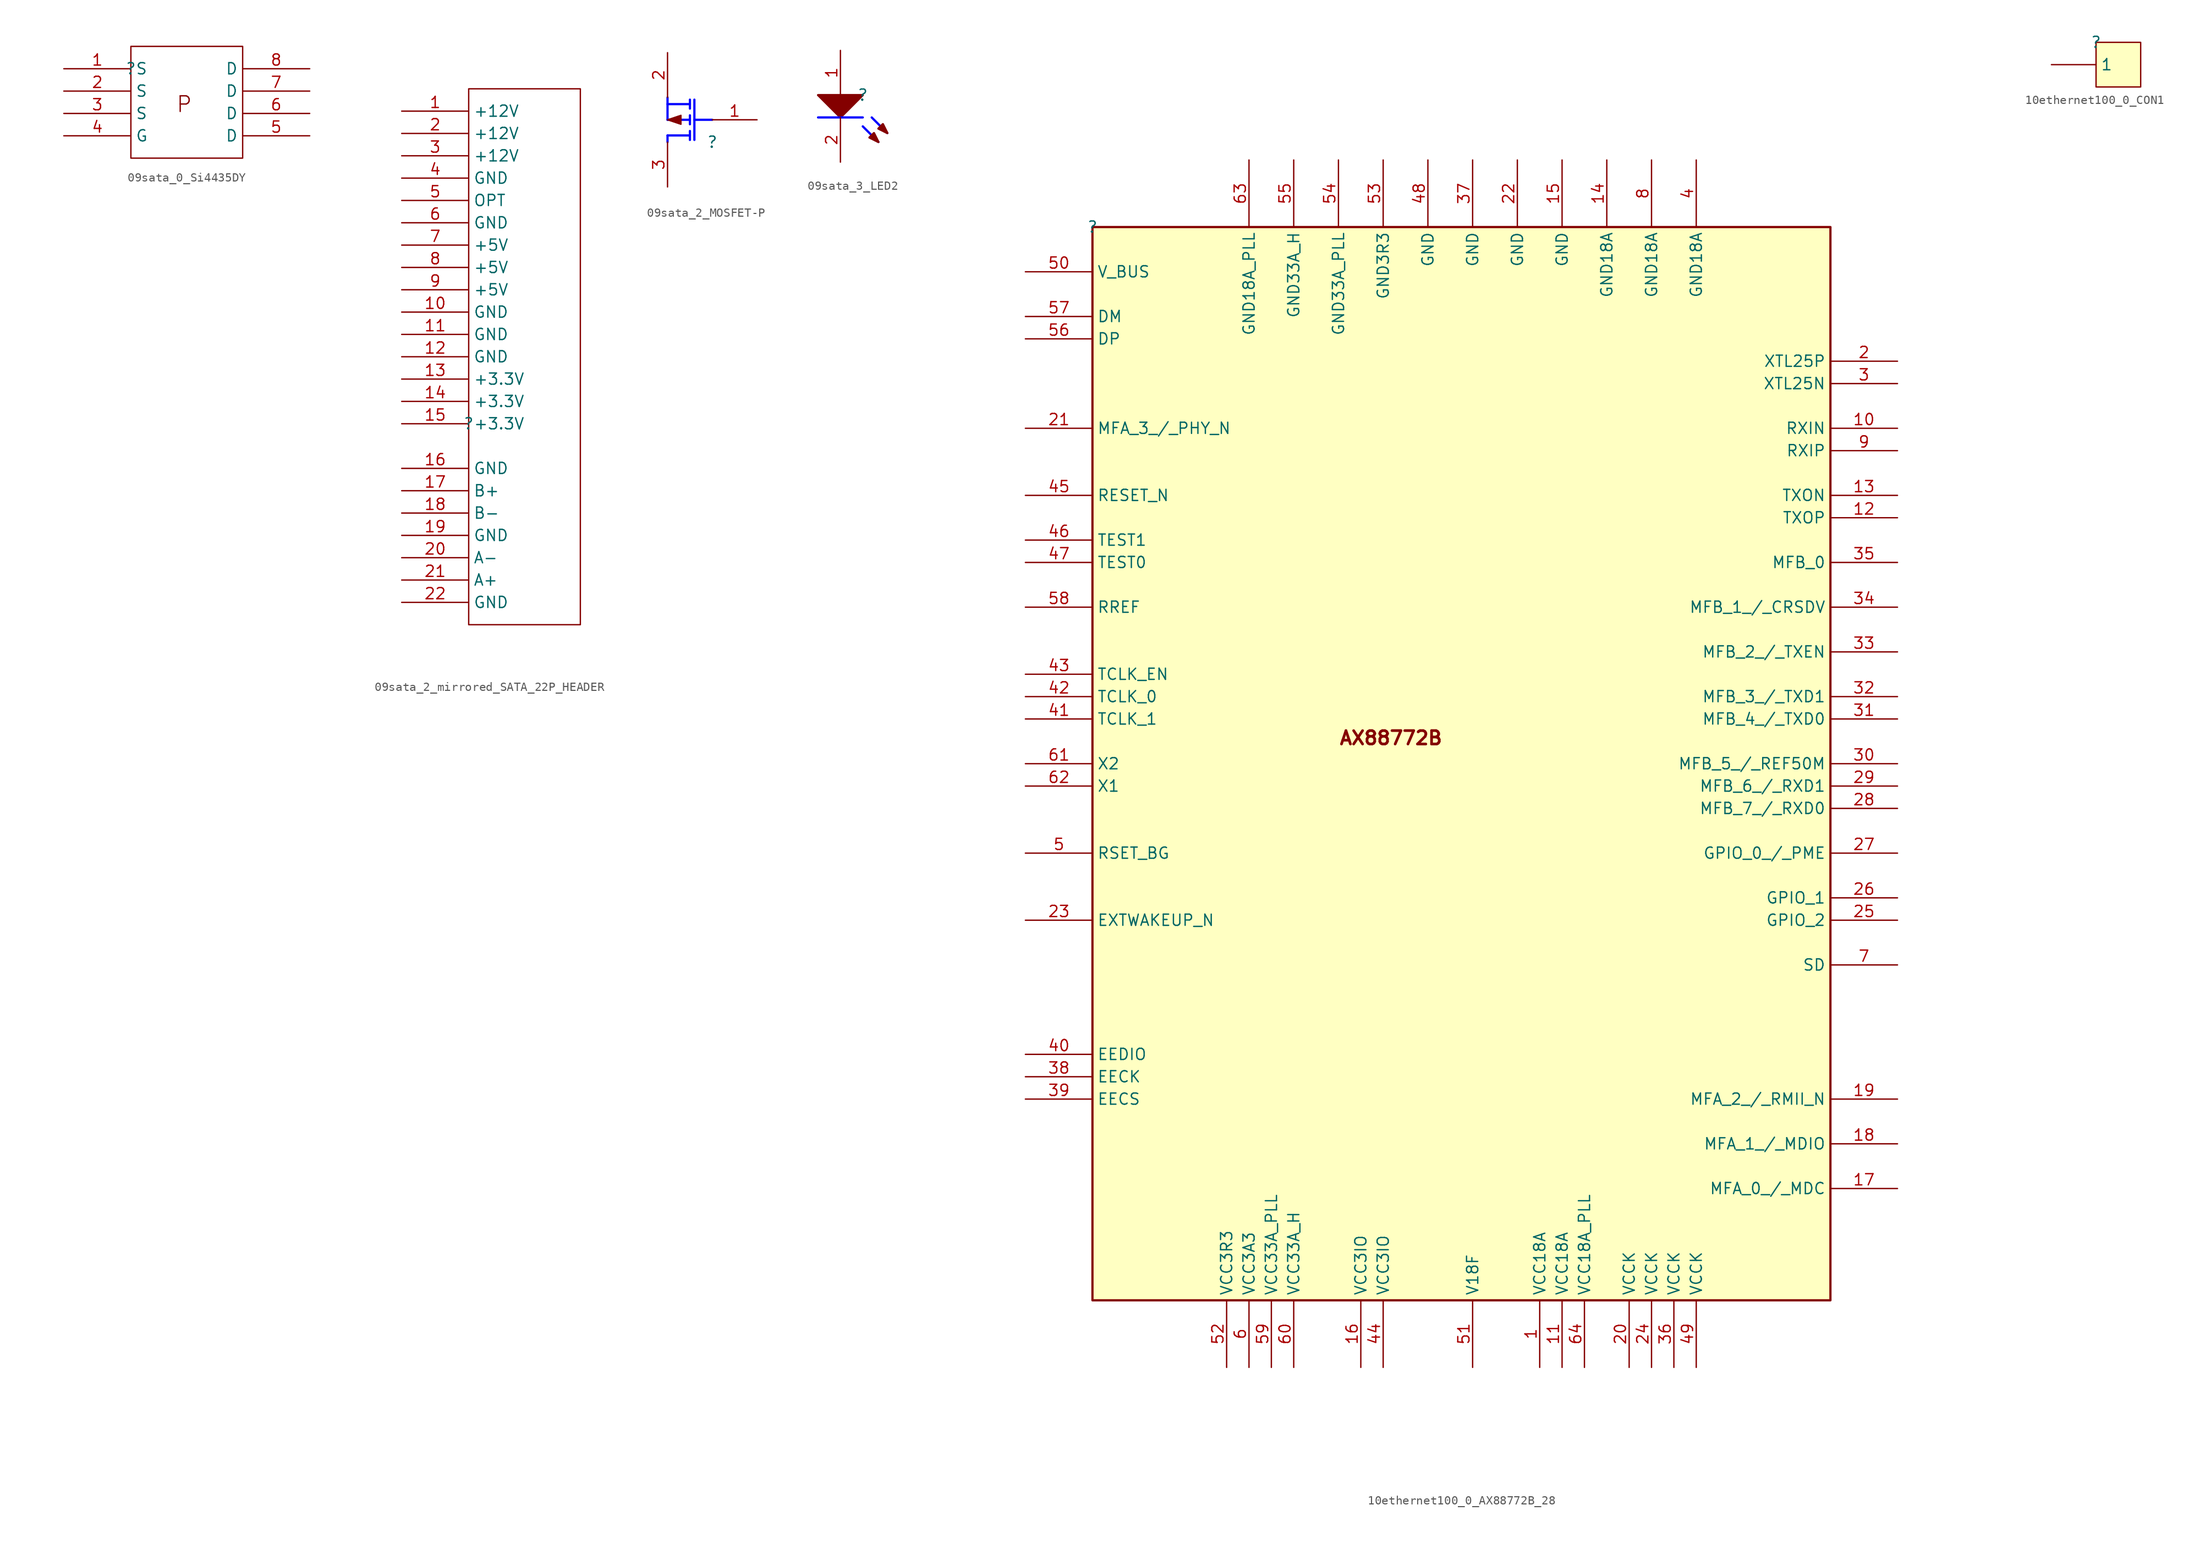
<source format=kicad_sym>
(kicad_symbol_lib
  (version 20220914)
  (generator kicad_symbol_editor)
  (symbol "09sata_0_Si4435DY"
    (property "Reference" ""
      (at 0 0 0)
      (effects (font (size 1.27 1.27))))
    (property "Value" ""
      (at 0 0 0)
      (effects (font (size 1.27 1.27))))
    (symbol "09sata_0_Si4435DY_1_0"
      (rectangle (start 12.7 2.54) (end 0 -10.16) (stroke (width 0) (type solid)) (fill (type none)))
      (text "P" (at 5.08 -5.08 0) (effects (font (size 1.778 1.778)) (justify left bottom)))
      (pin passive line (at -7.62 0 0) (length 7.62) (name "S" (effects (font (size 1.27 1.27)))) (number "1" (effects (font (size 1.27 1.27)))))
      (pin passive line (at -7.62 -2.54 0) (length 7.62) (name "S" (effects (font (size 1.27 1.27)))) (number "2" (effects (font (size 1.27 1.27)))))
      (pin passive line (at -7.62 -5.08 0) (length 7.62) (name "S" (effects (font (size 1.27 1.27)))) (number "3" (effects (font (size 1.27 1.27)))))
      (pin passive line (at -7.62 -7.62 0) (length 7.62) (name "G" (effects (font (size 1.27 1.27)))) (number "4" (effects (font (size 1.27 1.27)))))
      (pin passive line (at 20.32 -7.62 180) (length 7.62) (name "D" (effects (font (size 1.27 1.27)))) (number "5" (effects (font (size 1.27 1.27)))))
      (pin passive line (at 20.32 -5.08 180) (length 7.62) (name "D" (effects (font (size 1.27 1.27)))) (number "6" (effects (font (size 1.27 1.27)))))
      (pin passive line (at 20.32 -2.54 180) (length 7.62) (name "D" (effects (font (size 1.27 1.27)))) (number "7" (effects (font (size 1.27 1.27)))))
      (pin passive line (at 20.32 0 180) (length 7.62) (name "D" (effects (font (size 1.27 1.27)))) (number "8" (effects (font (size 1.27 1.27)))))))
  (symbol "09sata_2_mirrored_SATA_22P_HEADER"
    (property "Reference" ""
      (at 0 0 0)
      (effects (font (size 1.27 1.27))))
    (property "Value" ""
      (at 0 0 0)
      (effects (font (size 1.27 1.27))))
    (symbol "09sata_2_mirrored_SATA_22P_HEADER_1_0"
      (rectangle (start 12.7 38.1) (end 0 -22.86) (stroke (width 0) (type solid)) (fill (type none)))
      (pin power_in line (at -7.62 35.56 0) (length 7.62) (name "+12V" (effects (font (size 1.27 1.27)))) (number "1" (effects (font (size 1.27 1.27)))))
      (pin power_in line (at -7.62 12.7 0) (length 7.62) (name "GND" (effects (font (size 1.27 1.27)))) (number "10" (effects (font (size 1.27 1.27)))))
      (pin power_in line (at -7.62 10.16 0) (length 7.62) (name "GND" (effects (font (size 1.27 1.27)))) (number "11" (effects (font (size 1.27 1.27)))))
      (pin power_in line (at -7.62 7.62 0) (length 7.62) (name "GND" (effects (font (size 1.27 1.27)))) (number "12" (effects (font (size 1.27 1.27)))))
      (pin power_in line (at -7.62 5.08 0) (length 7.62) (name "+3.3V" (effects (font (size 1.27 1.27)))) (number "13" (effects (font (size 1.27 1.27)))))
      (pin power_in line (at -7.62 2.54 0) (length 7.62) (name "+3.3V" (effects (font (size 1.27 1.27)))) (number "14" (effects (font (size 1.27 1.27)))))
      (pin power_in line (at -7.62 0 0) (length 7.62) (name "+3.3V" (effects (font (size 1.27 1.27)))) (number "15" (effects (font (size 1.27 1.27)))))
      (pin power_in line (at -7.62 -5.08 0) (length 7.62) (name "GND" (effects (font (size 1.27 1.27)))) (number "16" (effects (font (size 1.27 1.27)))))
      (pin passive line (at -7.62 -7.62 0) (length 7.62) (name "B+" (effects (font (size 1.27 1.27)))) (number "17" (effects (font (size 1.27 1.27)))))
      (pin passive line (at -7.62 -10.16 0) (length 7.62) (name "B-" (effects (font (size 1.27 1.27)))) (number "18" (effects (font (size 1.27 1.27)))))
      (pin power_in line (at -7.62 -12.7 0) (length 7.62) (name "GND" (effects (font (size 1.27 1.27)))) (number "19" (effects (font (size 1.27 1.27)))))
      (pin power_in line (at -7.62 33.02 0) (length 7.62) (name "+12V" (effects (font (size 1.27 1.27)))) (number "2" (effects (font (size 1.27 1.27)))))
      (pin passive line (at -7.62 -15.24 0) (length 7.62) (name "A-" (effects (font (size 1.27 1.27)))) (number "20" (effects (font (size 1.27 1.27)))))
      (pin passive line (at -7.62 -17.78 0) (length 7.62) (name "A+" (effects (font (size 1.27 1.27)))) (number "21" (effects (font (size 1.27 1.27)))))
      (pin power_in line (at -7.62 -20.32 0) (length 7.62) (name "GND" (effects (font (size 1.27 1.27)))) (number "22" (effects (font (size 1.27 1.27)))))
      (pin power_in line (at -7.62 30.48 0) (length 7.62) (name "+12V" (effects (font (size 1.27 1.27)))) (number "3" (effects (font (size 1.27 1.27)))))
      (pin power_in line (at -7.62 27.94 0) (length 7.62) (name "GND" (effects (font (size 1.27 1.27)))) (number "4" (effects (font (size 1.27 1.27)))))
      (pin passive line (at -7.62 25.4 0) (length 7.62) (name "OPT" (effects (font (size 1.27 1.27)))) (number "5" (effects (font (size 1.27 1.27)))))
      (pin power_in line (at -7.62 22.86 0) (length 7.62) (name "GND" (effects (font (size 1.27 1.27)))) (number "6" (effects (font (size 1.27 1.27)))))
      (pin power_in line (at -7.62 20.32 0) (length 7.62) (name "+5V" (effects (font (size 1.27 1.27)))) (number "7" (effects (font (size 1.27 1.27)))))
      (pin power_in line (at -7.62 17.78 0) (length 7.62) (name "+5V" (effects (font (size 1.27 1.27)))) (number "8" (effects (font (size 1.27 1.27)))))
      (pin power_in line (at -7.62 15.24 0) (length 7.62) (name "+5V" (effects (font (size 1.27 1.27)))) (number "9" (effects (font (size 1.27 1.27)))))))
  (symbol "09sata_2_MOSFET-P"
    (property "Reference" ""
      (at 0 0 0)
      (effects (font (size 1.27 1.27))))
    (property "Value" ""
      (at 0 0 0)
      (effects (font (size 1.27 1.27))))
    (symbol "09sata_2_MOSFET-P_1_0"
      (polyline (pts (xy -5.08 0.762) (xy -5.08 0)) (stroke (width 0.254) (type solid) (color 0 0 255 1)) (fill (type none)))
      (polyline (pts (xy -5.08 0.762) (xy -2.54 0.762)) (stroke (width 0.254) (type solid) (color 0 0 255 1)) (fill (type none)))
      (polyline (pts (xy -5.08 2.54) (xy -5.08 5.08)) (stroke (width 0.254) (type solid) (color 0 0 255 1)) (fill (type none)))
      (polyline (pts (xy -5.08 2.54) (xy -2.54 2.54)) (stroke (width 0.254) (type solid) (color 0 0 255 1)) (fill (type none)))
      (polyline (pts (xy -5.08 4.318) (xy -2.54 4.318)) (stroke (width 0.254) (type solid) (color 0 0 255 1)) (fill (type none)))
      (polyline (pts (xy -2.54 1.27) (xy -2.54 0.254)) (stroke (width 0.254) (type solid) (color 0 0 255 1)) (fill (type none)))
      (polyline (pts (xy -2.54 3.048) (xy -2.54 2.032)) (stroke (width 0.254) (type solid) (color 0 0 255 1)) (fill (type none)))
      (polyline (pts (xy -2.54 4.826) (xy -2.54 3.81)) (stroke (width 0.254) (type solid) (color 0 0 255 1)) (fill (type none)))
      (polyline (pts (xy -2.032 0.254) (xy -2.032 4.826)) (stroke (width 0.254) (type solid) (color 0 0 255 1)) (fill (type none)))
      (polyline (pts (xy 0 2.54) (xy -2.032 2.54)) (stroke (width 0.254) (type solid) (color 0 0 255 1)) (fill (type none)))
      (polyline (pts (xy -5.08 2.54) (xy -3.556 2.032) (xy -3.556 3.048) (xy -5.08 2.54)) (stroke (width 0) (type solid)) (fill (type outline)))
      (pin passive line (at 5.08 2.54 180) (length 5.08) (name "G" (effects (font (size 0 0)))) (number "1" (effects (font (size 1.27 1.27)))))
      (pin passive line (at -5.08 10.16 270) (length 5.08) (name "S" (effects (font (size 0 0)))) (number "2" (effects (font (size 1.27 1.27)))))
      (pin passive line (at -5.08 -5.08 90) (length 5.08) (name "D" (effects (font (size 0 0)))) (number "3" (effects (font (size 1.27 1.27)))))))
  (symbol "09sata_3_LED2"
    (property "Reference" ""
      (at 0 0 0)
      (effects (font (size 1.27 1.27))))
    (property "Value" ""
      (at 0 0 0)
      (effects (font (size 1.27 1.27))))
    (symbol "09sata_3_LED2_1_0"
      (polyline (pts (xy 0 -3.556) (xy 1.778 -5.334)) (stroke (width 0.254) (type solid) (color 0 0 255 1)) (fill (type none)))
      (polyline (pts (xy 0 -2.54) (xy -5.08 -2.54)) (stroke (width 0.254) (type solid) (color 0 0 255 1)) (fill (type none)))
      (polyline (pts (xy 1.016 -2.54) (xy 2.794 -4.318)) (stroke (width 0.254) (type solid) (color 0 0 255 1)) (fill (type none)))
      (polyline (pts (xy -5.08 0) (xy -2.54 -2.54) (xy 0 0) (xy -5.08 0)) (stroke (width 0.254) (type solid)) (fill (type outline)))
      (polyline (pts (xy 1.778 -5.334) (xy 1.27 -4.318) (xy 0.762 -4.826) (xy 1.778 -5.334)) (stroke (width 0.254) (type solid)) (fill (type outline)))
      (polyline (pts (xy 2.794 -4.318) (xy 2.286 -3.302) (xy 1.778 -3.81) (xy 2.794 -4.318)) (stroke (width 0.254) (type solid)) (fill (type outline)))
      (pin passive line (at -2.54 5.08 270) (length 5.08) (name "A" (effects (font (size 0 0)))) (number "1" (effects (font (size 1.27 1.27)))))
      (pin passive line (at -2.54 -7.62 90) (length 5.08) (name "K" (effects (font (size 0 0)))) (number "2" (effects (font (size 1.27 1.27)))))))
  (symbol "10ethernet100_0_AX88772B_28"
    (property "Reference" ""
      (at 0 0 0)
      (effects (font (size 1.27 1.27))))
    (property "Value" ""
      (at 0 0 0)
      (effects (font (size 1.27 1.27))))
    (symbol "10ethernet100_0_AX88772B_28_1_0"
      (rectangle (start 83.82 0) (end 0 -121.92) (stroke (width 0.254) (type solid)) (fill (type background)))
      (text "AX88772B" (at 27.94 -58.928 0) (effects (font (size 1.524 1.524) bold) (justify left bottom)))
      (pin passive line (at 50.8 -129.54 90) (length 7.62) (name "VCC18A" (effects (font (size 1.27 1.27)))) (number "1" (effects (font (size 1.27 1.27)))))
      (pin passive line (at 91.44 -22.86 180) (length 7.62) (name "RXIN" (effects (font (size 1.27 1.27)))) (number "10" (effects (font (size 1.27 1.27)))))
      (pin passive line (at 53.34 -129.54 90) (length 7.62) (name "VCC18A" (effects (font (size 1.27 1.27)))) (number "11" (effects (font (size 1.27 1.27)))))
      (pin passive line (at 91.44 -33.02 180) (length 7.62) (name "TXOP" (effects (font (size 1.27 1.27)))) (number "12" (effects (font (size 1.27 1.27)))))
      (pin passive line (at 91.44 -30.48 180) (length 7.62) (name "TXON" (effects (font (size 1.27 1.27)))) (number "13" (effects (font (size 1.27 1.27)))))
      (pin passive line (at 58.42 7.62 270) (length 7.62) (name "GND18A" (effects (font (size 1.27 1.27)))) (number "14" (effects (font (size 1.27 1.27)))))
      (pin passive line (at 53.34 7.62 270) (length 7.62) (name "GND" (effects (font (size 1.27 1.27)))) (number "15" (effects (font (size 1.27 1.27)))))
      (pin passive line (at 30.48 -129.54 90) (length 7.62) (name "VCC3IO" (effects (font (size 1.27 1.27)))) (number "16" (effects (font (size 1.27 1.27)))))
      (pin passive line (at 91.44 -109.22 180) (length 7.62) (name "MFA_0_/_MDC" (effects (font (size 1.27 1.27)))) (number "17" (effects (font (size 1.27 1.27)))))
      (pin passive line (at 91.44 -104.14 180) (length 7.62) (name "MFA_1_/_MDIO" (effects (font (size 1.27 1.27)))) (number "18" (effects (font (size 1.27 1.27)))))
      (pin passive line (at 91.44 -99.06 180) (length 7.62) (name "MFA_2_/_RMII_N" (effects (font (size 1.27 1.27)))) (number "19" (effects (font (size 1.27 1.27)))))
      (pin passive line (at 91.44 -15.24 180) (length 7.62) (name "XTL25P" (effects (font (size 1.27 1.27)))) (number "2" (effects (font (size 1.27 1.27)))))
      (pin passive line (at 60.96 -129.54 90) (length 7.62) (name "VCCK" (effects (font (size 1.27 1.27)))) (number "20" (effects (font (size 1.27 1.27)))))
      (pin passive line (at -7.62 -22.86 0) (length 7.62) (name "MFA_3_/_PHY_N" (effects (font (size 1.27 1.27)))) (number "21" (effects (font (size 1.27 1.27)))))
      (pin passive line (at 48.26 7.62 270) (length 7.62) (name "GND" (effects (font (size 1.27 1.27)))) (number "22" (effects (font (size 1.27 1.27)))))
      (pin passive line (at -7.62 -78.74 0) (length 7.62) (name "EXTWAKEUP_N" (effects (font (size 1.27 1.27)))) (number "23" (effects (font (size 1.27 1.27)))))
      (pin passive line (at 63.5 -129.54 90) (length 7.62) (name "VCCK" (effects (font (size 1.27 1.27)))) (number "24" (effects (font (size 1.27 1.27)))))
      (pin passive line (at 91.44 -78.74 180) (length 7.62) (name "GPIO_2" (effects (font (size 1.27 1.27)))) (number "25" (effects (font (size 1.27 1.27)))))
      (pin passive line (at 91.44 -76.2 180) (length 7.62) (name "GPIO_1" (effects (font (size 1.27 1.27)))) (number "26" (effects (font (size 1.27 1.27)))))
      (pin passive line (at 91.44 -71.12 180) (length 7.62) (name "GPIO_0_/_PME" (effects (font (size 1.27 1.27)))) (number "27" (effects (font (size 1.27 1.27)))))
      (pin passive line (at 91.44 -66.04 180) (length 7.62) (name "MFB_7_/_RXD0" (effects (font (size 1.27 1.27)))) (number "28" (effects (font (size 1.27 1.27)))))
      (pin passive line (at 91.44 -63.5 180) (length 7.62) (name "MFB_6_/_RXD1" (effects (font (size 1.27 1.27)))) (number "29" (effects (font (size 1.27 1.27)))))
      (pin passive line (at 91.44 -17.78 180) (length 7.62) (name "XTL25N" (effects (font (size 1.27 1.27)))) (number "3" (effects (font (size 1.27 1.27)))))
      (pin passive line (at 91.44 -60.96 180) (length 7.62) (name "MFB_5_/_REF50M" (effects (font (size 1.27 1.27)))) (number "30" (effects (font (size 1.27 1.27)))))
      (pin passive line (at 91.44 -55.88 180) (length 7.62) (name "MFB_4_/_TXD0" (effects (font (size 1.27 1.27)))) (number "31" (effects (font (size 1.27 1.27)))))
      (pin passive line (at 91.44 -53.34 180) (length 7.62) (name "MFB_3_/_TXD1" (effects (font (size 1.27 1.27)))) (number "32" (effects (font (size 1.27 1.27)))))
      (pin passive line (at 91.44 -48.26 180) (length 7.62) (name "MFB_2_/_TXEN" (effects (font (size 1.27 1.27)))) (number "33" (effects (font (size 1.27 1.27)))))
      (pin passive line (at 91.44 -43.18 180) (length 7.62) (name "MFB_1_/_CRSDV" (effects (font (size 1.27 1.27)))) (number "34" (effects (font (size 1.27 1.27)))))
      (pin passive line (at 91.44 -38.1 180) (length 7.62) (name "MFB_0" (effects (font (size 1.27 1.27)))) (number "35" (effects (font (size 1.27 1.27)))))
      (pin passive line (at 66.04 -129.54 90) (length 7.62) (name "VCCK" (effects (font (size 1.27 1.27)))) (number "36" (effects (font (size 1.27 1.27)))))
      (pin passive line (at 43.18 7.62 270) (length 7.62) (name "GND" (effects (font (size 1.27 1.27)))) (number "37" (effects (font (size 1.27 1.27)))))
      (pin passive line (at -7.62 -96.52 0) (length 7.62) (name "EECK" (effects (font (size 1.27 1.27)))) (number "38" (effects (font (size 1.27 1.27)))))
      (pin passive line (at -7.62 -99.06 0) (length 7.62) (name "EECS" (effects (font (size 1.27 1.27)))) (number "39" (effects (font (size 1.27 1.27)))))
      (pin passive line (at 68.58 7.62 270) (length 7.62) (name "GND18A" (effects (font (size 1.27 1.27)))) (number "4" (effects (font (size 1.27 1.27)))))
      (pin passive line (at -7.62 -93.98 0) (length 7.62) (name "EEDIO" (effects (font (size 1.27 1.27)))) (number "40" (effects (font (size 1.27 1.27)))))
      (pin passive line (at -7.62 -55.88 0) (length 7.62) (name "TCLK_1" (effects (font (size 1.27 1.27)))) (number "41" (effects (font (size 1.27 1.27)))))
      (pin passive line (at -7.62 -53.34 0) (length 7.62) (name "TCLK_0" (effects (font (size 1.27 1.27)))) (number "42" (effects (font (size 1.27 1.27)))))
      (pin passive line (at -7.62 -50.8 0) (length 7.62) (name "TCLK_EN" (effects (font (size 1.27 1.27)))) (number "43" (effects (font (size 1.27 1.27)))))
      (pin passive line (at 33.02 -129.54 90) (length 7.62) (name "VCC3IO" (effects (font (size 1.27 1.27)))) (number "44" (effects (font (size 1.27 1.27)))))
      (pin passive line (at -7.62 -30.48 0) (length 7.62) (name "RESET_N" (effects (font (size 1.27 1.27)))) (number "45" (effects (font (size 1.27 1.27)))))
      (pin passive line (at -7.62 -35.56 0) (length 7.62) (name "TEST1" (effects (font (size 1.27 1.27)))) (number "46" (effects (font (size 1.27 1.27)))))
      (pin passive line (at -7.62 -38.1 0) (length 7.62) (name "TEST0" (effects (font (size 1.27 1.27)))) (number "47" (effects (font (size 1.27 1.27)))))
      (pin passive line (at 38.1 7.62 270) (length 7.62) (name "GND" (effects (font (size 1.27 1.27)))) (number "48" (effects (font (size 1.27 1.27)))))
      (pin passive line (at 68.58 -129.54 90) (length 7.62) (name "VCCK" (effects (font (size 1.27 1.27)))) (number "49" (effects (font (size 1.27 1.27)))))
      (pin passive line (at -7.62 -71.12 0) (length 7.62) (name "RSET_BG" (effects (font (size 1.27 1.27)))) (number "5" (effects (font (size 1.27 1.27)))))
      (pin passive line (at -7.62 -5.08 0) (length 7.62) (name "V_BUS" (effects (font (size 1.27 1.27)))) (number "50" (effects (font (size 1.27 1.27)))))
      (pin passive line (at 43.18 -129.54 90) (length 7.62) (name "V18F" (effects (font (size 1.27 1.27)))) (number "51" (effects (font (size 1.27 1.27)))))
      (pin passive line (at 15.24 -129.54 90) (length 7.62) (name "VCC3R3" (effects (font (size 1.27 1.27)))) (number "52" (effects (font (size 1.27 1.27)))))
      (pin passive line (at 33.02 7.62 270) (length 7.62) (name "GND3R3" (effects (font (size 1.27 1.27)))) (number "53" (effects (font (size 1.27 1.27)))))
      (pin passive line (at 27.94 7.62 270) (length 7.62) (name "GND33A_PLL" (effects (font (size 1.27 1.27)))) (number "54" (effects (font (size 1.27 1.27)))))
      (pin passive line (at 22.86 7.62 270) (length 7.62) (name "GND33A_H" (effects (font (size 1.27 1.27)))) (number "55" (effects (font (size 1.27 1.27)))))
      (pin passive line (at -7.62 -12.7 0) (length 7.62) (name "DP" (effects (font (size 1.27 1.27)))) (number "56" (effects (font (size 1.27 1.27)))))
      (pin passive line (at -7.62 -10.16 0) (length 7.62) (name "DM" (effects (font (size 1.27 1.27)))) (number "57" (effects (font (size 1.27 1.27)))))
      (pin passive line (at -7.62 -43.18 0) (length 7.62) (name "RREF" (effects (font (size 1.27 1.27)))) (number "58" (effects (font (size 1.27 1.27)))))
      (pin passive line (at 20.32 -129.54 90) (length 7.62) (name "VCC33A_PLL" (effects (font (size 1.27 1.27)))) (number "59" (effects (font (size 1.27 1.27)))))
      (pin passive line (at 17.78 -129.54 90) (length 7.62) (name "VCC3A3" (effects (font (size 1.27 1.27)))) (number "6" (effects (font (size 1.27 1.27)))))
      (pin passive line (at 22.86 -129.54 90) (length 7.62) (name "VCC33A_H" (effects (font (size 1.27 1.27)))) (number "60" (effects (font (size 1.27 1.27)))))
      (pin passive line (at -7.62 -60.96 0) (length 7.62) (name "X2" (effects (font (size 1.27 1.27)))) (number "61" (effects (font (size 1.27 1.27)))))
      (pin passive line (at -7.62 -63.5 0) (length 7.62) (name "X1" (effects (font (size 1.27 1.27)))) (number "62" (effects (font (size 1.27 1.27)))))
      (pin passive line (at 17.78 7.62 270) (length 7.62) (name "GND18A_PLL" (effects (font (size 1.27 1.27)))) (number "63" (effects (font (size 1.27 1.27)))))
      (pin passive line (at 55.88 -129.54 90) (length 7.62) (name "VCC18A_PLL" (effects (font (size 1.27 1.27)))) (number "64" (effects (font (size 1.27 1.27)))))
      (pin passive line (at 91.44 -83.82 180) (length 7.62) (name "SD" (effects (font (size 1.27 1.27)))) (number "7" (effects (font (size 1.27 1.27)))))
      (pin passive line (at 63.5 7.62 270) (length 7.62) (name "GND18A" (effects (font (size 1.27 1.27)))) (number "8" (effects (font (size 1.27 1.27)))))
      (pin passive line (at 91.44 -25.4 180) (length 7.62) (name "RXIP" (effects (font (size 1.27 1.27)))) (number "9" (effects (font (size 1.27 1.27)))))))
  (symbol "10ethernet100_0_CON1"
    (property "Reference" ""
      (at 0 0 0)
      (effects (font (size 1.27 1.27))))
    (property "Value" ""
      (at 0 0 0)
      (effects (font (size 1.27 1.27))))
    (symbol "10ethernet100_0_CON1_1_0"
      (rectangle (start 5.08 0) (end 0 -5.08) (stroke (width 0) (type solid)) (fill (type background)))
      (pin passive line (at -5.08 -2.54 0) (length 5.08) (name "1" (effects (font (size 1.27 1.27)))) (number "1" (effects (font (size 0 0))))))))
</source>
